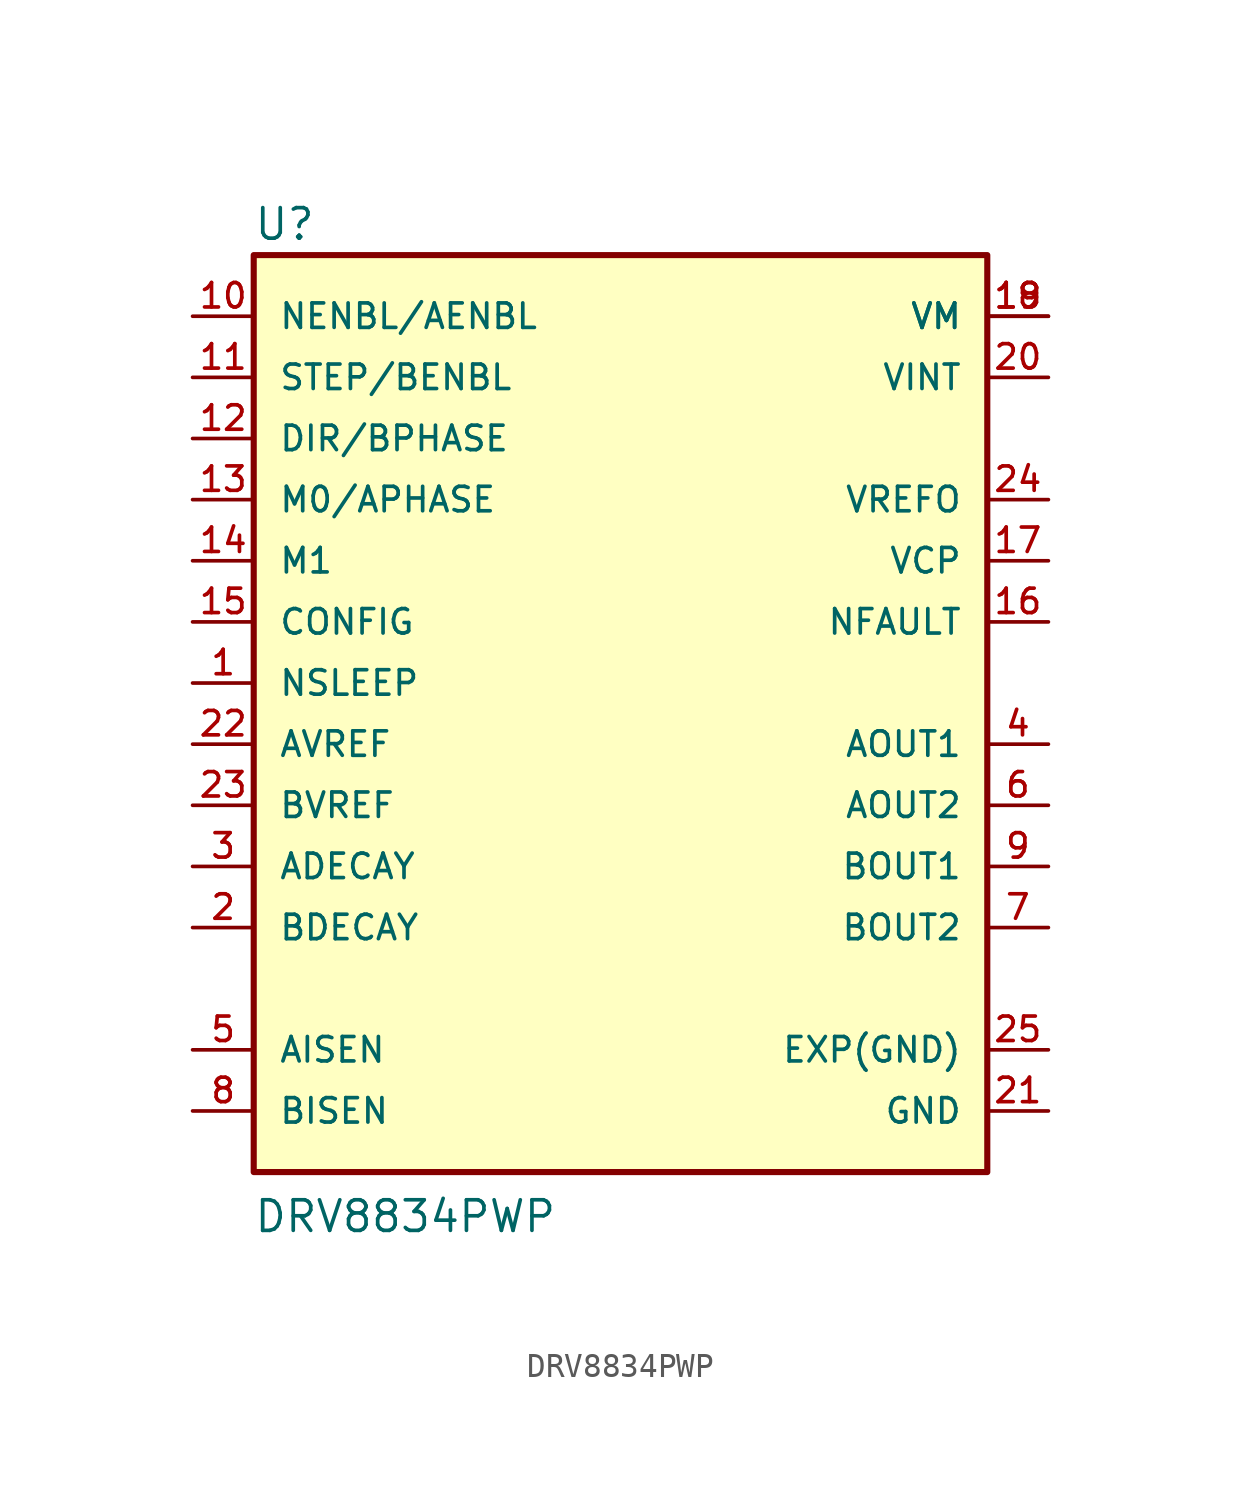
<source format=kicad_sym>
(kicad_symbol_lib
  (version 20211014)
  (generator kicad_symbol_editor)
  (symbol "DRV8834PWP"
    (pin_names
      (offset 1.016))
    (property "Reference" "U"
      (at -15.266 18.32 0)
      (effects (font (size 1.27 1.27)) (justify bottom left)))
    (property "Value" "DRV8834PWP"
      (at -15.27 -22.905 0)
      (effects (font (size 1.27 1.27)) (justify bottom left)))
    (symbol "DRV8834PWP_0_0"
      (rectangle (start -15.24 -20.32) (end 15.24 17.78) (stroke (width 0.254)) (fill (type background)))
      (pin input line (at -17.78 15.24 0) (length 2.54) (name "NENBL/AENBL" (effects (font (size 1.016 1.016)))) (number "10" (effects (font (size 1.016 1.016)))))
      (pin input line (at -17.78 12.7 0) (length 2.54) (name "STEP/BENBL" (effects (font (size 1.016 1.016)))) (number "11" (effects (font (size 1.016 1.016)))))
      (pin input line (at -17.78 10.16 0) (length 2.54) (name "DIR/BPHASE" (effects (font (size 1.016 1.016)))) (number "12" (effects (font (size 1.016 1.016)))))
      (pin input line (at -17.78 7.62 0) (length 2.54) (name "M0/APHASE" (effects (font (size 1.016 1.016)))) (number "13" (effects (font (size 1.016 1.016)))))
      (pin input line (at -17.78 5.08 0) (length 2.54) (name "M1" (effects (font (size 1.016 1.016)))) (number "14" (effects (font (size 1.016 1.016)))))
      (pin input line (at -17.78 2.54 0) (length 2.54) (name "CONFIG" (effects (font (size 1.016 1.016)))) (number "15" (effects (font (size 1.016 1.016)))))
      (pin input line (at -17.78 0.0 0) (length 2.54) (name "NSLEEP" (effects (font (size 1.016 1.016)))) (number "1" (effects (font (size 1.016 1.016)))))
      (pin input line (at -17.78 -2.54 0) (length 2.54) (name "AVREF" (effects (font (size 1.016 1.016)))) (number "22" (effects (font (size 1.016 1.016)))))
      (pin input line (at -17.78 -5.08 0) (length 2.54) (name "BVREF" (effects (font (size 1.016 1.016)))) (number "23" (effects (font (size 1.016 1.016)))))
      (pin input line (at -17.78 -7.62 0) (length 2.54) (name "ADECAY" (effects (font (size 1.016 1.016)))) (number "3" (effects (font (size 1.016 1.016)))))
      (pin input line (at -17.78 -10.16 0) (length 2.54) (name "BDECAY" (effects (font (size 1.016 1.016)))) (number "2" (effects (font (size 1.016 1.016)))))
      (pin power_in line (at 17.78 -17.78 180.0) (length 2.54) (name "GND" (effects (font (size 1.016 1.016)))) (number "21" (effects (font (size 1.016 1.016)))))
      (pin output line (at 17.78 -10.16 180.0) (length 2.54) (name "BOUT2" (effects (font (size 1.016 1.016)))) (number "7" (effects (font (size 1.016 1.016)))))
      (pin output line (at 17.78 -7.62 180.0) (length 2.54) (name "BOUT1" (effects (font (size 1.016 1.016)))) (number "9" (effects (font (size 1.016 1.016)))))
      (pin output line (at 17.78 -5.08 180.0) (length 2.54) (name "AOUT2" (effects (font (size 1.016 1.016)))) (number "6" (effects (font (size 1.016 1.016)))))
      (pin output line (at 17.78 -2.54 180.0) (length 2.54) (name "AOUT1" (effects (font (size 1.016 1.016)))) (number "4" (effects (font (size 1.016 1.016)))))
      (pin bidirectional line (at -17.78 -17.78 0) (length 2.54) (name "BISEN" (effects (font (size 1.016 1.016)))) (number "8" (effects (font (size 1.016 1.016)))))
      (pin bidirectional line (at -17.78 -15.24 0) (length 2.54) (name "AISEN" (effects (font (size 1.016 1.016)))) (number "5" (effects (font (size 1.016 1.016)))))
      (pin output line (at 17.78 2.54 180.0) (length 2.54) (name "NFAULT" (effects (font (size 1.016 1.016)))) (number "16" (effects (font (size 1.016 1.016)))))
      (pin output line (at 17.78 5.08 180.0) (length 2.54) (name "VCP" (effects (font (size 1.016 1.016)))) (number "17" (effects (font (size 1.016 1.016)))))
      (pin output line (at 17.78 7.62 180.0) (length 2.54) (name "VREFO" (effects (font (size 1.016 1.016)))) (number "24" (effects (font (size 1.016 1.016)))))
      (pin power_in line (at 17.78 15.24 180.0) (length 2.54) (name "VM" (effects (font (size 1.016 1.016)))) (number "18" (effects (font (size 1.016 1.016)))))
      (pin power_in line (at 17.78 15.24 180.0) (length 2.54) (name "VM" (effects (font (size 1.016 1.016)))) (number "19" (effects (font (size 1.016 1.016)))))
      (pin power_in line (at 17.78 12.7 180.0) (length 2.54) (name "VINT" (effects (font (size 1.016 1.016)))) (number "20" (effects (font (size 1.016 1.016)))))
      (pin power_in line (at 17.78 -15.24 180.0) (length 2.54) (name "EXP(GND)" (effects (font (size 1.016 1.016)))) (number "25" (effects (font (size 1.016 1.016))))))))
</source>
